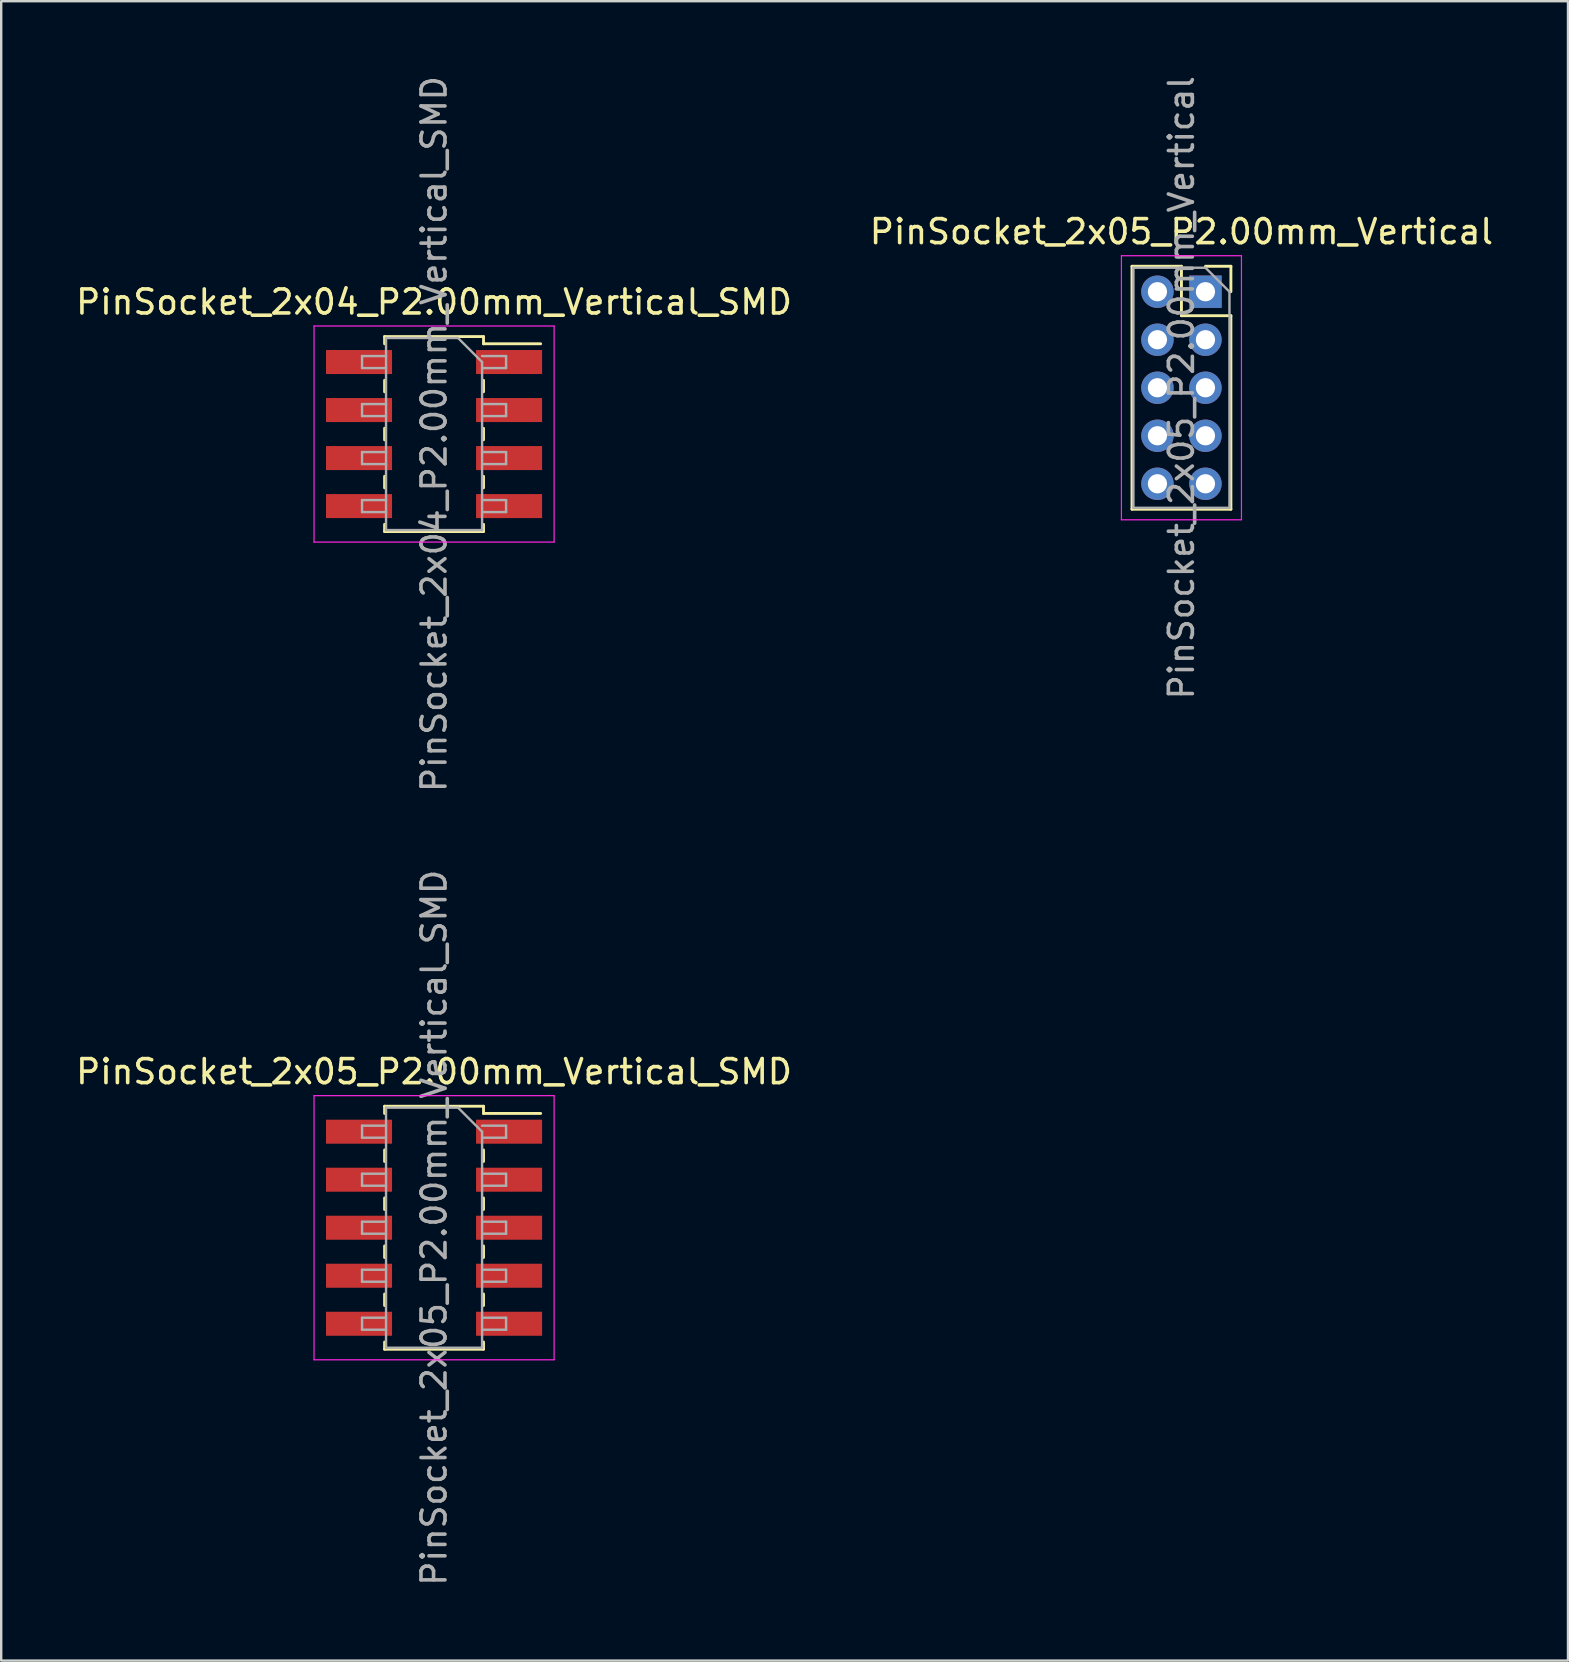
<source format=kicad_pcb>
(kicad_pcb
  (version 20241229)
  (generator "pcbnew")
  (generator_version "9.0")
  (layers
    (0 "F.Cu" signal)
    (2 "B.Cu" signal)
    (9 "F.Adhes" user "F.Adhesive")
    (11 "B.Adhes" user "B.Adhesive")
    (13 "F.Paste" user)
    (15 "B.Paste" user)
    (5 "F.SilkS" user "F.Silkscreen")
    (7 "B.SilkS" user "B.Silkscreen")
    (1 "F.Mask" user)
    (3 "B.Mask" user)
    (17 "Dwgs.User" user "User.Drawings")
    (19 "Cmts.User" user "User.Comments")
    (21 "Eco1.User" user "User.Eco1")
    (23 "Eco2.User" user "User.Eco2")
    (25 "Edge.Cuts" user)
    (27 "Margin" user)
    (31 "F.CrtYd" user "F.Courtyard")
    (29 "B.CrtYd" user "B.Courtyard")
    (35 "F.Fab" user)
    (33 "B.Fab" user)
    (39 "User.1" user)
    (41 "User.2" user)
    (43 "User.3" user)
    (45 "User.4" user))
  (footprint "PinSocket_2x05_P2.00mm_Vertical"
    (layer "F.Cu")
    (at 47.161 9.101)
    (property "Reference" "PinSocket_2x05_P2.00mm_Vertical" (at -1 -2.5 0) (layer "F.SilkS") (effects (font (size 1 1) (thickness 0.15))))
    (attr through_hole)
    (fp_line (start -3.06 -1.06) (end -3.06 9.06) (stroke (width 0.12) (type solid)) (layer "F.SilkS"))
    (fp_line (start -3.06 -1.06) (end -1 -1.06) (stroke (width 0.12) (type solid)) (layer "F.SilkS"))
    (fp_line (start -3.06 9.06) (end 1.06 9.06) (stroke (width 0.12) (type solid)) (layer "F.SilkS"))
    (fp_line (start -1 -1.06) (end -1 1) (stroke (width 0.12) (type solid)) (layer "F.SilkS"))
    (fp_line (start -1 1) (end 1.06 1) (stroke (width 0.12) (type solid)) (layer "F.SilkS"))
    (fp_line (start 0 -1.06) (end 1.06 -1.06) (stroke (width 0.12) (type solid)) (layer "F.SilkS"))
    (fp_line (start 1.06 -1.06) (end 1.06 0) (stroke (width 0.12) (type solid)) (layer "F.SilkS"))
    (fp_line (start 1.06 1) (end 1.06 9.06) (stroke (width 0.12) (type solid)) (layer "F.SilkS"))
    (fp_line (start -3.5 -1.5) (end 1.5 -1.5) (stroke (width 0.05) (type solid)) (layer "F.CrtYd"))
    (fp_line (start -3.5 9.5) (end -3.5 -1.5) (stroke (width 0.05) (type solid)) (layer "F.CrtYd"))
    (fp_line (start 1.5 -1.5) (end 1.5 9.5) (stroke (width 0.05) (type solid)) (layer "F.CrtYd"))
    (fp_line (start 1.5 9.5) (end -3.5 9.5) (stroke (width 0.05) (type solid)) (layer "F.CrtYd"))
    (fp_line (start -3 -1) (end 0 -1) (stroke (width 0.1) (type solid)) (layer "F.Fab"))
    (fp_line (start -3 9) (end -3 -1) (stroke (width 0.1) (type solid)) (layer "F.Fab"))
    (fp_line (start 0 -1) (end 1 0) (stroke (width 0.1) (type solid)) (layer "F.Fab"))
    (fp_line (start 1 0) (end 1 9) (stroke (width 0.1) (type solid)) (layer "F.Fab"))
    (fp_line (start 1 9) (end -3 9) (stroke (width 0.1) (type solid)) (layer "F.Fab"))
    (fp_text user "${REFERENCE}" (at -1 4 90) (layer "F.Fab") (effects (font (size 1 1) (thickness 0.15))))
    (pad "1" thru_hole rect (at 0 0) (size 1.35 1.35) (drill 0.8) (layers "*.Cu" "*.Mask"))
    (pad "2" thru_hole oval (at -2 0) (size 1.35 1.35) (drill 0.8) (layers "*.Cu" "*.Mask"))
    (pad "3" thru_hole oval (at 0 2) (size 1.35 1.35) (drill 0.8) (layers "*.Cu" "*.Mask"))
    (pad "4" thru_hole oval (at -2 2) (size 1.35 1.35) (drill 0.8) (layers "*.Cu" "*.Mask"))
    (pad "5" thru_hole oval (at 0 4) (size 1.35 1.35) (drill 0.8) (layers "*.Cu" "*.Mask"))
    (pad "6" thru_hole oval (at -2 4) (size 1.35 1.35) (drill 0.8) (layers "*.Cu" "*.Mask"))
    (pad "7" thru_hole oval (at 0 6) (size 1.35 1.35) (drill 0.8) (layers "*.Cu" "*.Mask"))
    (pad "8" thru_hole oval (at -2 6) (size 1.35 1.35) (drill 0.8) (layers "*.Cu" "*.Mask"))
    (pad "9" thru_hole oval (at 0 8) (size 1.35 1.35) (drill 0.8) (layers "*.Cu" "*.Mask"))
    (pad "10" thru_hole oval (at -2 8) (size 1.35 1.35) (drill 0.8) (layers "*.Cu" "*.Mask")))
  (footprint "PinSocket_2x05_P2.00mm_Vertical_SMD"
    (layer "F.Cu")
    (at 15.03 48.089)
    (property "Reference" "PinSocket_2x05_P2.00mm_Vertical_SMD" (at 0 -6.5 0) (layer "F.SilkS") (effects (font (size 1 1) (thickness 0.15))))
    (attr smd)
    (fp_line (start -2.06 -5.06) (end -2.06 -4.76) (stroke (width 0.12) (type solid)) (layer "F.SilkS"))
    (fp_line (start -2.06 -5.06) (end 2.06 -5.06) (stroke (width 0.12) (type solid)) (layer "F.SilkS"))
    (fp_line (start -2.06 -3.24) (end -2.06 -2.76) (stroke (width 0.12) (type solid)) (layer "F.SilkS"))
    (fp_line (start -2.06 -1.24) (end -2.06 -0.76) (stroke (width 0.12) (type solid)) (layer "F.SilkS"))
    (fp_line (start -2.06 0.76) (end -2.06 1.24) (stroke (width 0.12) (type solid)) (layer "F.SilkS"))
    (fp_line (start -2.06 2.76) (end -2.06 3.24) (stroke (width 0.12) (type solid)) (layer "F.SilkS"))
    (fp_line (start -2.06 4.76) (end -2.06 5.06) (stroke (width 0.12) (type solid)) (layer "F.SilkS"))
    (fp_line (start -2.06 5.06) (end 2.06 5.06) (stroke (width 0.12) (type solid)) (layer "F.SilkS"))
    (fp_line (start 2.06 -5.06) (end 2.06 -4.76) (stroke (width 0.12) (type solid)) (layer "F.SilkS"))
    (fp_line (start 2.06 -4.76) (end 4.44 -4.76) (stroke (width 0.12) (type solid)) (layer "F.SilkS"))
    (fp_line (start 2.06 -3.24) (end 2.06 -2.76) (stroke (width 0.12) (type solid)) (layer "F.SilkS"))
    (fp_line (start 2.06 -1.24) (end 2.06 -0.76) (stroke (width 0.12) (type solid)) (layer "F.SilkS"))
    (fp_line (start 2.06 0.76) (end 2.06 1.24) (stroke (width 0.12) (type solid)) (layer "F.SilkS"))
    (fp_line (start 2.06 2.76) (end 2.06 3.24) (stroke (width 0.12) (type solid)) (layer "F.SilkS"))
    (fp_line (start 2.06 4.76) (end 2.06 5.06) (stroke (width 0.12) (type solid)) (layer "F.SilkS"))
    (fp_line (start -5 -5.5) (end 5 -5.5) (stroke (width 0.05) (type solid)) (layer "F.CrtYd"))
    (fp_line (start -5 5.5) (end -5 -5.5) (stroke (width 0.05) (type solid)) (layer "F.CrtYd"))
    (fp_line (start 5 -5.5) (end 5 5.5) (stroke (width 0.05) (type solid)) (layer "F.CrtYd"))
    (fp_line (start 5 5.5) (end -5 5.5) (stroke (width 0.05) (type solid)) (layer "F.CrtYd"))
    (fp_line (start -3 -4.25) (end -2 -4.25) (stroke (width 0.1) (type solid)) (layer "F.Fab"))
    (fp_line (start -3 -3.75) (end -3 -4.25) (stroke (width 0.1) (type solid)) (layer "F.Fab"))
    (fp_line (start -3 -2.25) (end -2 -2.25) (stroke (width 0.1) (type solid)) (layer "F.Fab"))
    (fp_line (start -3 -1.75) (end -3 -2.25) (stroke (width 0.1) (type solid)) (layer "F.Fab"))
    (fp_line (start -3 -0.25) (end -2 -0.25) (stroke (width 0.1) (type solid)) (layer "F.Fab"))
    (fp_line (start -3 0.25) (end -3 -0.25) (stroke (width 0.1) (type solid)) (layer "F.Fab"))
    (fp_line (start -3 1.75) (end -2 1.75) (stroke (width 0.1) (type solid)) (layer "F.Fab"))
    (fp_line (start -3 2.25) (end -3 1.75) (stroke (width 0.1) (type solid)) (layer "F.Fab"))
    (fp_line (start -3 3.75) (end -2 3.75) (stroke (width 0.1) (type solid)) (layer "F.Fab"))
    (fp_line (start -3 4.25) (end -3 3.75) (stroke (width 0.1) (type solid)) (layer "F.Fab"))
    (fp_line (start -2 -5) (end 1 -5) (stroke (width 0.1) (type solid)) (layer "F.Fab"))
    (fp_line (start -2 -3.75) (end -3 -3.75) (stroke (width 0.1) (type solid)) (layer "F.Fab"))
    (fp_line (start -2 -1.75) (end -3 -1.75) (stroke (width 0.1) (type solid)) (layer "F.Fab"))
    (fp_line (start -2 0.25) (end -3 0.25) (stroke (width 0.1) (type solid)) (layer "F.Fab"))
    (fp_line (start -2 2.25) (end -3 2.25) (stroke (width 0.1) (type solid)) (layer "F.Fab"))
    (fp_line (start -2 4.25) (end -3 4.25) (stroke (width 0.1) (type solid)) (layer "F.Fab"))
    (fp_line (start -2 5) (end -2 -5) (stroke (width 0.1) (type solid)) (layer "F.Fab"))
    (fp_line (start 1 -5) (end 2 -4) (stroke (width 0.1) (type solid)) (layer "F.Fab"))
    (fp_line (start 2 -4.25) (end 3 -4.25) (stroke (width 0.1) (type solid)) (layer "F.Fab"))
    (fp_line (start 2 -4) (end 2 5) (stroke (width 0.1) (type solid)) (layer "F.Fab"))
    (fp_line (start 2 -2.25) (end 3 -2.25) (stroke (width 0.1) (type solid)) (layer "F.Fab"))
    (fp_line (start 2 -0.25) (end 3 -0.25) (stroke (width 0.1) (type solid)) (layer "F.Fab"))
    (fp_line (start 2 1.75) (end 3 1.75) (stroke (width 0.1) (type solid)) (layer "F.Fab"))
    (fp_line (start 2 3.75) (end 3 3.75) (stroke (width 0.1) (type solid)) (layer "F.Fab"))
    (fp_line (start 2 5) (end -2 5) (stroke (width 0.1) (type solid)) (layer "F.Fab"))
    (fp_line (start 3 -4.25) (end 3 -3.75) (stroke (width 0.1) (type solid)) (layer "F.Fab"))
    (fp_line (start 3 -3.75) (end 2 -3.75) (stroke (width 0.1) (type solid)) (layer "F.Fab"))
    (fp_line (start 3 -2.25) (end 3 -1.75) (stroke (width 0.1) (type solid)) (layer "F.Fab"))
    (fp_line (start 3 -1.75) (end 2 -1.75) (stroke (width 0.1) (type solid)) (layer "F.Fab"))
    (fp_line (start 3 -0.25) (end 3 0.25) (stroke (width 0.1) (type solid)) (layer "F.Fab"))
    (fp_line (start 3 0.25) (end 2 0.25) (stroke (width 0.1) (type solid)) (layer "F.Fab"))
    (fp_line (start 3 1.75) (end 3 2.25) (stroke (width 0.1) (type solid)) (layer "F.Fab"))
    (fp_line (start 3 2.25) (end 2 2.25) (stroke (width 0.1) (type solid)) (layer "F.Fab"))
    (fp_line (start 3 3.75) (end 3 4.25) (stroke (width 0.1) (type solid)) (layer "F.Fab"))
    (fp_line (start 3 4.25) (end 2 4.25) (stroke (width 0.1) (type solid)) (layer "F.Fab"))
    (fp_text user "${REFERENCE}" (at 0 0 90) (layer "F.Fab") (effects (font (size 1 1) (thickness 0.15))))
    (pad "1" smd rect (at 3.125 -4) (size 2.75 1) (layers "F.Cu" "F.Mask" "F.Paste"))
    (pad "2" smd rect (at -3.125 -4) (size 2.75 1) (layers "F.Cu" "F.Mask" "F.Paste"))
    (pad "3" smd rect (at 3.125 -2) (size 2.75 1) (layers "F.Cu" "F.Mask" "F.Paste"))
    (pad "4" smd rect (at -3.125 -2) (size 2.75 1) (layers "F.Cu" "F.Mask" "F.Paste"))
    (pad "5" smd rect (at 3.125 0) (size 2.75 1) (layers "F.Cu" "F.Mask" "F.Paste"))
    (pad "6" smd rect (at -3.125 0) (size 2.75 1) (layers "F.Cu" "F.Mask" "F.Paste"))
    (pad "7" smd rect (at 3.125 2) (size 2.75 1) (layers "F.Cu" "F.Mask" "F.Paste"))
    (pad "8" smd rect (at -3.125 2) (size 2.75 1) (layers "F.Cu" "F.Mask" "F.Paste"))
    (pad "9" smd rect (at 3.125 4) (size 2.75 1) (layers "F.Cu" "F.Mask" "F.Paste"))
    (pad "10" smd rect (at -3.125 4) (size 2.75 1) (layers "F.Cu" "F.Mask" "F.Paste")))
  (footprint "PinSocket_2x04_P2.00mm_Vertical_SMD"
    (layer "F.Cu")
    (at 15.03 15.03)
    (property "Reference" "PinSocket_2x04_P2.00mm_Vertical_SMD" (at 0 -5.5 0) (layer "F.SilkS") (effects (font (size 1 1) (thickness 0.15))))
    (attr smd)
    (fp_line (start -2.06 -4.06) (end -2.06 -3.76) (stroke (width 0.12) (type solid)) (layer "F.SilkS"))
    (fp_line (start -2.06 -4.06) (end 2.06 -4.06) (stroke (width 0.12) (type solid)) (layer "F.SilkS"))
    (fp_line (start -2.06 -2.24) (end -2.06 -1.76) (stroke (width 0.12) (type solid)) (layer "F.SilkS"))
    (fp_line (start -2.06 -0.24) (end -2.06 0.24) (stroke (width 0.12) (type solid)) (layer "F.SilkS"))
    (fp_line (start -2.06 1.76) (end -2.06 2.24) (stroke (width 0.12) (type solid)) (layer "F.SilkS"))
    (fp_line (start -2.06 3.76) (end -2.06 4.06) (stroke (width 0.12) (type solid)) (layer "F.SilkS"))
    (fp_line (start -2.06 4.06) (end 2.06 4.06) (stroke (width 0.12) (type solid)) (layer "F.SilkS"))
    (fp_line (start 2.06 -4.06) (end 2.06 -3.76) (stroke (width 0.12) (type solid)) (layer "F.SilkS"))
    (fp_line (start 2.06 -3.76) (end 4.44 -3.76) (stroke (width 0.12) (type solid)) (layer "F.SilkS"))
    (fp_line (start 2.06 -2.24) (end 2.06 -1.76) (stroke (width 0.12) (type solid)) (layer "F.SilkS"))
    (fp_line (start 2.06 -0.24) (end 2.06 0.24) (stroke (width 0.12) (type solid)) (layer "F.SilkS"))
    (fp_line (start 2.06 1.76) (end 2.06 2.24) (stroke (width 0.12) (type solid)) (layer "F.SilkS"))
    (fp_line (start 2.06 3.76) (end 2.06 4.06) (stroke (width 0.12) (type solid)) (layer "F.SilkS"))
    (fp_line (start -5 -4.5) (end 5 -4.5) (stroke (width 0.05) (type solid)) (layer "F.CrtYd"))
    (fp_line (start -5 4.5) (end -5 -4.5) (stroke (width 0.05) (type solid)) (layer "F.CrtYd"))
    (fp_line (start 5 -4.5) (end 5 4.5) (stroke (width 0.05) (type solid)) (layer "F.CrtYd"))
    (fp_line (start 5 4.5) (end -5 4.5) (stroke (width 0.05) (type solid)) (layer "F.CrtYd"))
    (fp_line (start -3 -3.25) (end -2 -3.25) (stroke (width 0.1) (type solid)) (layer "F.Fab"))
    (fp_line (start -3 -2.75) (end -3 -3.25) (stroke (width 0.1) (type solid)) (layer "F.Fab"))
    (fp_line (start -3 -1.25) (end -2 -1.25) (stroke (width 0.1) (type solid)) (layer "F.Fab"))
    (fp_line (start -3 -0.75) (end -3 -1.25) (stroke (width 0.1) (type solid)) (layer "F.Fab"))
    (fp_line (start -3 0.75) (end -2 0.75) (stroke (width 0.1) (type solid)) (layer "F.Fab"))
    (fp_line (start -3 1.25) (end -3 0.75) (stroke (width 0.1) (type solid)) (layer "F.Fab"))
    (fp_line (start -3 2.75) (end -2 2.75) (stroke (width 0.1) (type solid)) (layer "F.Fab"))
    (fp_line (start -3 3.25) (end -3 2.75) (stroke (width 0.1) (type solid)) (layer "F.Fab"))
    (fp_line (start -2 -4) (end 1 -4) (stroke (width 0.1) (type solid)) (layer "F.Fab"))
    (fp_line (start -2 -2.75) (end -3 -2.75) (stroke (width 0.1) (type solid)) (layer "F.Fab"))
    (fp_line (start -2 -0.75) (end -3 -0.75) (stroke (width 0.1) (type solid)) (layer "F.Fab"))
    (fp_line (start -2 1.25) (end -3 1.25) (stroke (width 0.1) (type solid)) (layer "F.Fab"))
    (fp_line (start -2 3.25) (end -3 3.25) (stroke (width 0.1) (type solid)) (layer "F.Fab"))
    (fp_line (start -2 4) (end -2 -4) (stroke (width 0.1) (type solid)) (layer "F.Fab"))
    (fp_line (start 1 -4) (end 2 -3) (stroke (width 0.1) (type solid)) (layer "F.Fab"))
    (fp_line (start 2 -3.25) (end 3 -3.25) (stroke (width 0.1) (type solid)) (layer "F.Fab"))
    (fp_line (start 2 -3) (end 2 4) (stroke (width 0.1) (type solid)) (layer "F.Fab"))
    (fp_line (start 2 -1.25) (end 3 -1.25) (stroke (width 0.1) (type solid)) (layer "F.Fab"))
    (fp_line (start 2 0.75) (end 3 0.75) (stroke (width 0.1) (type solid)) (layer "F.Fab"))
    (fp_line (start 2 2.75) (end 3 2.75) (stroke (width 0.1) (type solid)) (layer "F.Fab"))
    (fp_line (start 2 4) (end -2 4) (stroke (width 0.1) (type solid)) (layer "F.Fab"))
    (fp_line (start 3 -3.25) (end 3 -2.75) (stroke (width 0.1) (type solid)) (layer "F.Fab"))
    (fp_line (start 3 -2.75) (end 2 -2.75) (stroke (width 0.1) (type solid)) (layer "F.Fab"))
    (fp_line (start 3 -1.25) (end 3 -0.75) (stroke (width 0.1) (type solid)) (layer "F.Fab"))
    (fp_line (start 3 -0.75) (end 2 -0.75) (stroke (width 0.1) (type solid)) (layer "F.Fab"))
    (fp_line (start 3 0.75) (end 3 1.25) (stroke (width 0.1) (type solid)) (layer "F.Fab"))
    (fp_line (start 3 1.25) (end 2 1.25) (stroke (width 0.1) (type solid)) (layer "F.Fab"))
    (fp_line (start 3 2.75) (end 3 3.25) (stroke (width 0.1) (type solid)) (layer "F.Fab"))
    (fp_line (start 3 3.25) (end 2 3.25) (stroke (width 0.1) (type solid)) (layer "F.Fab"))
    (fp_text user "${REFERENCE}" (at 0 0 90) (layer "F.Fab") (effects (font (size 1 1) (thickness 0.15))))
    (pad "1" smd rect (at 3.125 -3) (size 2.75 1) (layers "F.Cu" "F.Mask" "F.Paste"))
    (pad "2" smd rect (at -3.125 -3) (size 2.75 1) (layers "F.Cu" "F.Mask" "F.Paste"))
    (pad "3" smd rect (at 3.125 -1) (size 2.75 1) (layers "F.Cu" "F.Mask" "F.Paste"))
    (pad "4" smd rect (at -3.125 -1) (size 2.75 1) (layers "F.Cu" "F.Mask" "F.Paste"))
    (pad "5" smd rect (at 3.125 1) (size 2.75 1) (layers "F.Cu" "F.Mask" "F.Paste"))
    (pad "6" smd rect (at -3.125 1) (size 2.75 1) (layers "F.Cu" "F.Mask" "F.Paste"))
    (pad "7" smd rect (at 3.125 3) (size 2.75 1) (layers "F.Cu" "F.Mask" "F.Paste"))
    (pad "8" smd rect (at -3.125 3) (size 2.75 1) (layers "F.Cu" "F.Mask" "F.Paste")))
  (gr_rect
    (start -3 -3)
    (end 62.262 66.119)
    (stroke (width 0.1) (type default))
    (fill no)
    (layer "Edge.Cuts")))
</source>
